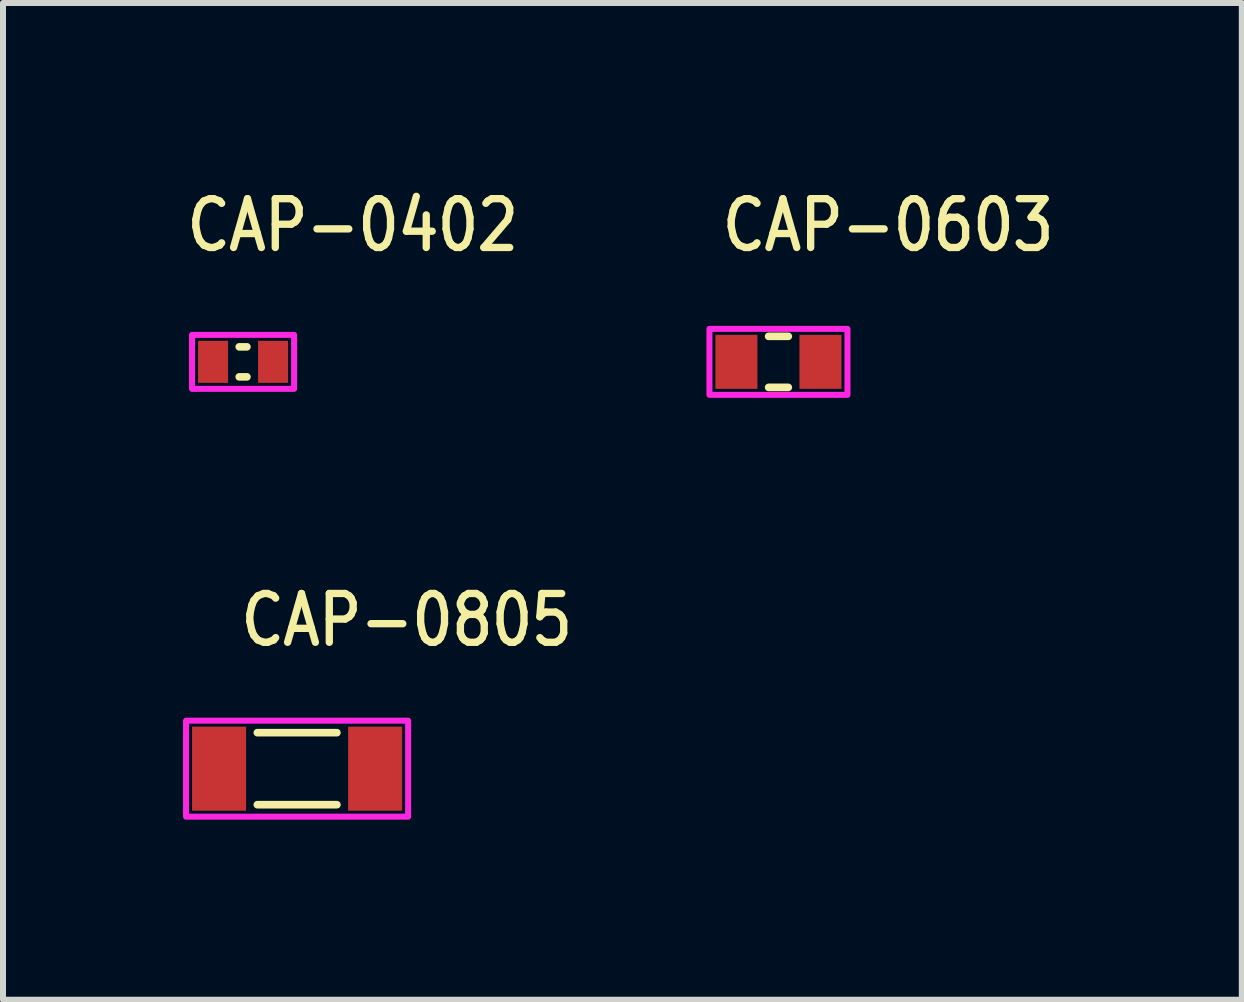
<source format=kicad_pcb>
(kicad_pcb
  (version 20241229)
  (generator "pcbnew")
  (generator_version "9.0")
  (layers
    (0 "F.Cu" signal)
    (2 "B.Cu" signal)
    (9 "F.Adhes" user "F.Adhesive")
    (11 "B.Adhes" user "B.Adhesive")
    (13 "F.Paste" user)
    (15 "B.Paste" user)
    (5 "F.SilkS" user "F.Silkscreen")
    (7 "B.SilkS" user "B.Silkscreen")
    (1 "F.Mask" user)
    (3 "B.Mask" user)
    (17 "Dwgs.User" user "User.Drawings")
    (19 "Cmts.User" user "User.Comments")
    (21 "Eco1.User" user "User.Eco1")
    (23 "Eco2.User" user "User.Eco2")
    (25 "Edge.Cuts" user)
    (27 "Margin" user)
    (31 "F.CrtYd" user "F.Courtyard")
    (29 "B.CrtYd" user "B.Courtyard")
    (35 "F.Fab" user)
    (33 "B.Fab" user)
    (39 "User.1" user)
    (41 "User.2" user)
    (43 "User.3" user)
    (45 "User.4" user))
  (footprint "CAP-0805"
    (layer "F.Cu")
    (at 1.9 9.757)
    (property "Reference" "CAP-0805" (at -1 -2 0) (unlocked yes) (layer "F.SilkS") (effects (font (size 0.813 0.695) (thickness 0.122)) (justify left bottom)))
    (fp_line (start -0.663 -0.6) (end 0.663 -0.6) (stroke (width 0.127) (type solid)) (layer "F.SilkS"))
    (fp_line (start -0.663 0.6) (end 0.663 0.6) (stroke (width 0.127) (type solid)) (layer "F.SilkS"))
    (fp_poly (pts (xy -1.85 -0.8) (xy 1.85 -0.8) (xy 1.85 0.8) (xy -1.85 0.8)) (stroke (width 0.1) (type solid)) (fill no) (layer "F.CrtYd"))
    (pad "P$1" smd rect (at -1.3 0) (size 0.9 1.4) (layers "F.Cu" "F.Mask" "F.Paste"))
    (pad "P$2" smd rect (at 1.3 0) (size 0.9 1.4) (layers "F.Cu" "F.Mask" "F.Paste")))
  (footprint "CAP-0603"
    (layer "F.Cu")
    (at 9.92 2.979)
    (property "Reference" "CAP-0603" (at -1 -1.8 0) (unlocked yes) (layer "F.SilkS") (effects (font (size 0.813 0.695) (thickness 0.122)) (justify left bottom)))
    (fp_line (start -0.164 -0.425) (end 0.164 -0.425) (stroke (width 0.127) (type solid)) (layer "F.SilkS"))
    (fp_line (start -0.164 0.425) (end 0.164 0.425) (stroke (width 0.127) (type solid)) (layer "F.SilkS"))
    (fp_poly (pts (xy -1.15 -0.55) (xy 1.15 -0.55) (xy 1.15 0.55) (xy -1.15 0.55)) (stroke (width 0.1) (type solid)) (fill no) (layer "F.CrtYd"))
    (pad "P$1" smd rect (at -0.7 0) (size 0.7 0.9) (layers "F.Cu" "F.Mask" "F.Paste"))
    (pad "P$2" smd rect (at 0.7 0) (size 0.7 0.9) (layers "F.Cu" "F.Mask" "F.Paste")))
  (footprint "CAP-0402"
    (layer "F.Cu")
    (at 1 2.979)
    (property "Reference" "CAP-0402" (at -1 -1.8 0) (unlocked yes) (layer "F.SilkS") (effects (font (size 0.813 0.695) (thickness 0.122)) (justify left bottom)))
    (fp_line (start -0.064 -0.25) (end 0.064 -0.25) (stroke (width 0.127) (type solid)) (layer "F.SilkS"))
    (fp_line (start -0.064 0.25) (end 0.064 0.25) (stroke (width 0.127) (type solid)) (layer "F.SilkS"))
    (fp_poly (pts (xy -0.85 -0.45) (xy 0.85 -0.45) (xy 0.85 0.45) (xy -0.85 0.45)) (stroke (width 0.1) (type solid)) (fill no) (layer "F.CrtYd"))
    (pad "P$1" smd rect (at -0.5 0) (size 0.5 0.7) (layers "F.Cu" "F.Mask" "F.Paste"))
    (pad "P$2" smd rect (at 0.5 0) (size 0.5 0.7) (layers "F.Cu" "F.Mask" "F.Paste")))
  (gr_rect
    (start -3 -3)
    (end 17.64 13.607)
    (stroke (width 0.1) (type default))
    (fill no)
    (layer "Edge.Cuts")))
</source>
